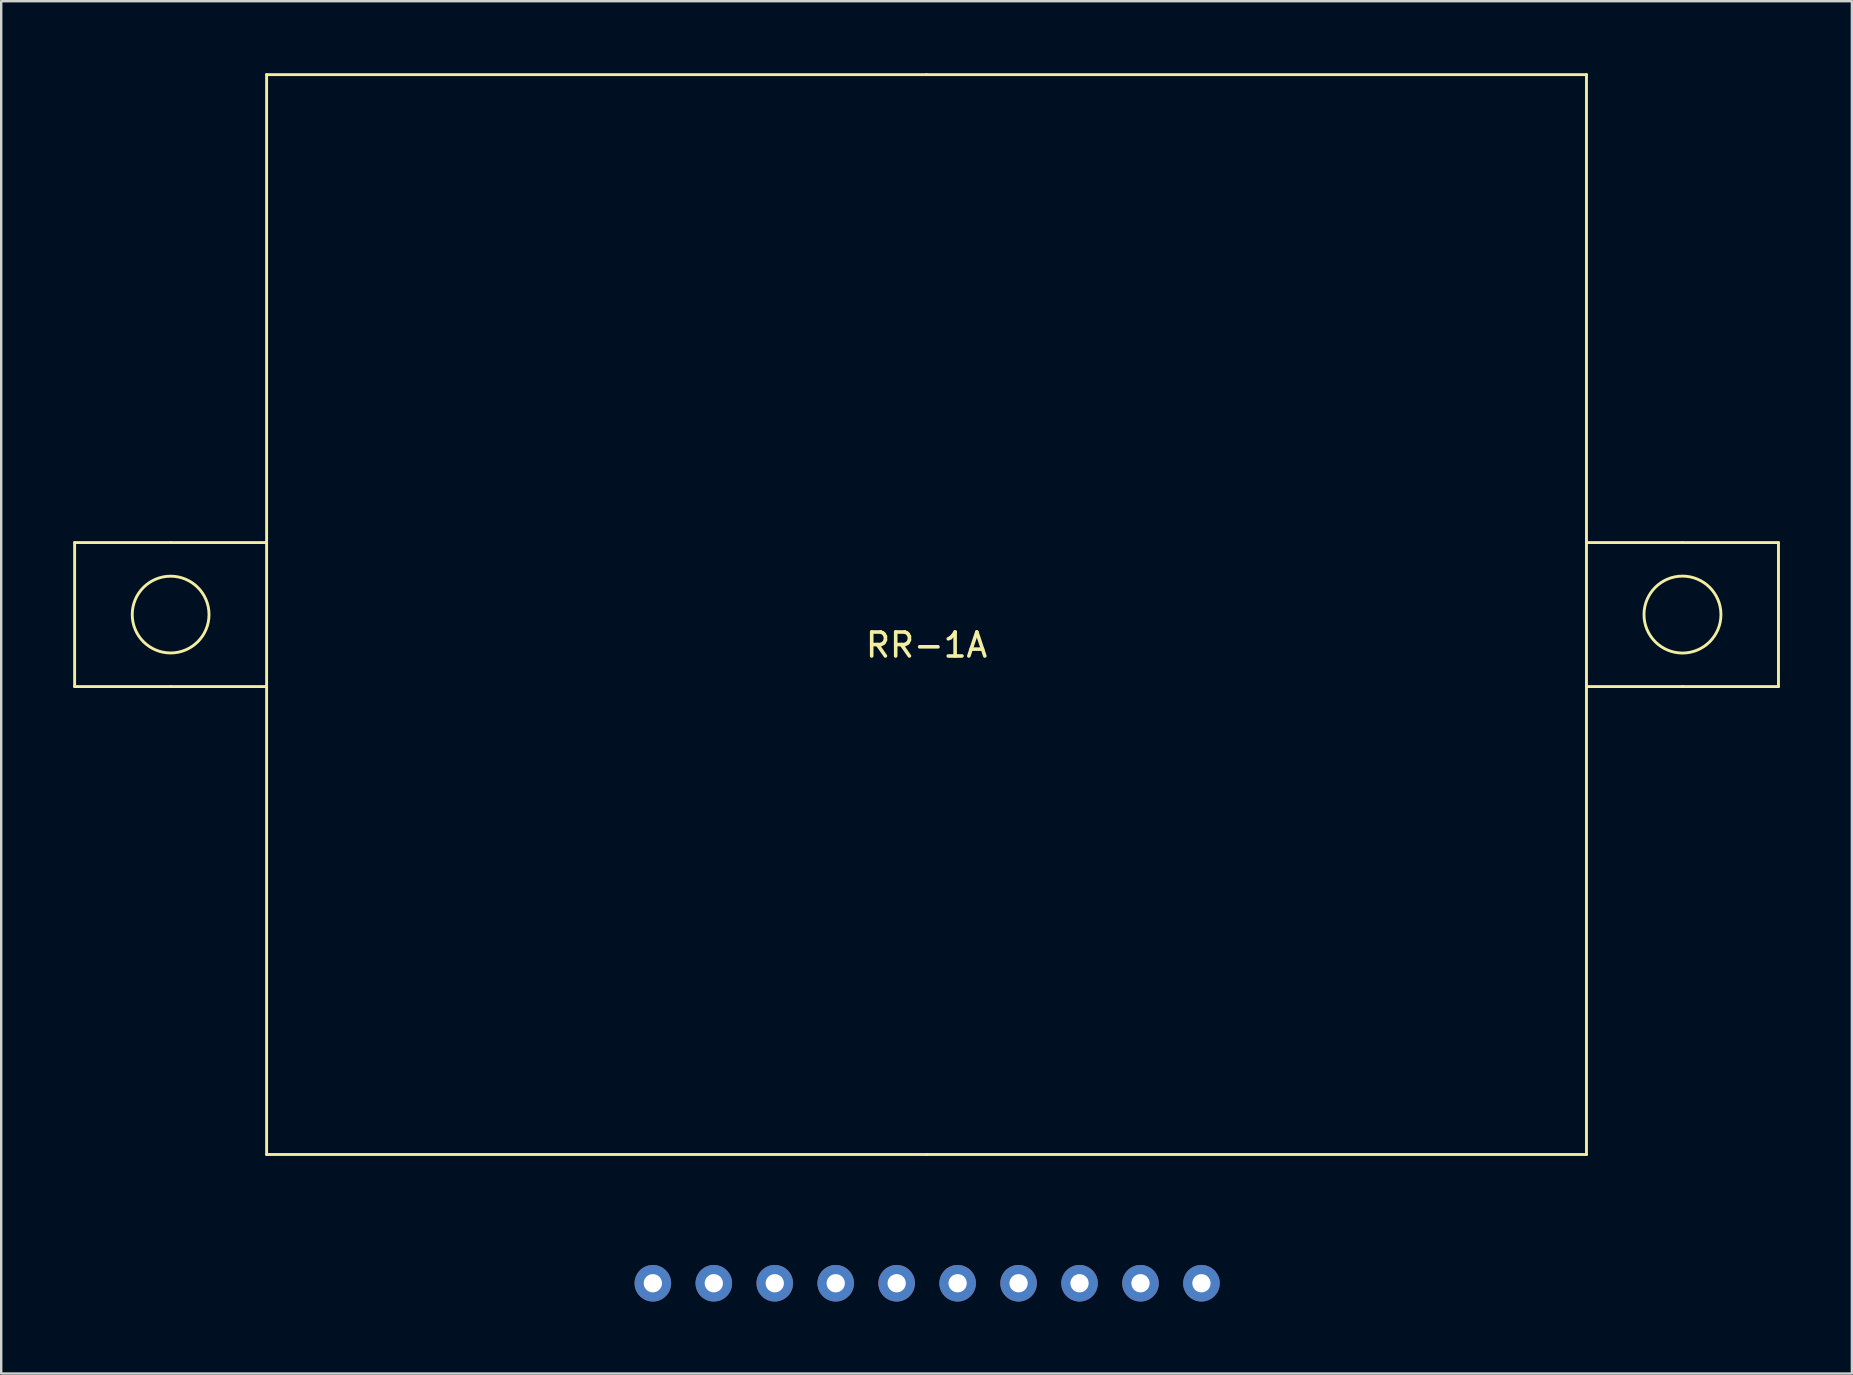
<source format=kicad_pcb>
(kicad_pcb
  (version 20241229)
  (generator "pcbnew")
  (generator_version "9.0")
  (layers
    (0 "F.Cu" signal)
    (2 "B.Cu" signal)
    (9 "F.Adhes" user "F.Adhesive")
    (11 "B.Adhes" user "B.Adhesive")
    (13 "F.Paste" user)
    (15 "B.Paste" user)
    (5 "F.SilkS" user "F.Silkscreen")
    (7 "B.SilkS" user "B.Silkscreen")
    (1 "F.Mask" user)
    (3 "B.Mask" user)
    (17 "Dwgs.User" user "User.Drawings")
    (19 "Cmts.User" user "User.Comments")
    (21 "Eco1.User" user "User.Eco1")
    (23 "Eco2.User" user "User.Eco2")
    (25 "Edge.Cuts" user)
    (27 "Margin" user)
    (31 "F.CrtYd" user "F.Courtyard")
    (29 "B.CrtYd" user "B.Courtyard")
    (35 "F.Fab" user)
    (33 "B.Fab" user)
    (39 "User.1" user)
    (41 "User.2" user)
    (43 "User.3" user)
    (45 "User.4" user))
  (footprint "RR-1A"
    (layer "F.Cu")
    (at 35.56 22.56)
    (property "Reference" "RR-1A" (at 0 1.27 0) (layer "F.SilkS") (effects (font (size 1 1) (thickness 0.15))))
    (attr through_hole)
    (fp_line (start -35.5 -3) (end -31.5 -3) (stroke (width 0.12) (type solid)) (layer "F.SilkS"))
    (fp_line (start -35.5 3) (end -35.5 -3) (stroke (width 0.12) (type solid)) (layer "F.SilkS"))
    (fp_line (start -31.5 -3) (end -27.5 -3) (stroke (width 0.12) (type solid)) (layer "F.SilkS"))
    (fp_line (start -31.5 3) (end -35.5 3) (stroke (width 0.12) (type solid)) (layer "F.SilkS"))
    (fp_line (start -31.5 3) (end -27.5 3) (stroke (width 0.12) (type solid)) (layer "F.SilkS"))
    (fp_line (start -27.5 22.5) (end -27.5 -22.5) (stroke (width 0.12) (type solid)) (layer "F.SilkS"))
    (fp_line (start 0 -22.5) (end -27.5 -22.5) (stroke (width 0.12) (type solid)) (layer "F.SilkS"))
    (fp_line (start 0 -22.5) (end 27.5 -22.5) (stroke (width 0.12) (type solid)) (layer "F.SilkS"))
    (fp_line (start 0 22.5) (end -27.5 22.5) (stroke (width 0.12) (type solid)) (layer "F.SilkS"))
    (fp_line (start 27.5 -22.5) (end 27.5 22.5) (stroke (width 0.12) (type solid)) (layer "F.SilkS"))
    (fp_line (start 27.5 22.5) (end 0 22.5) (stroke (width 0.12) (type solid)) (layer "F.SilkS"))
    (fp_line (start 31.5 -3) (end 27.5 -3) (stroke (width 0.12) (type solid)) (layer "F.SilkS"))
    (fp_line (start 31.5 -3) (end 35.5 -3) (stroke (width 0.12) (type solid)) (layer "F.SilkS"))
    (fp_line (start 31.5 3) (end 27.5 3) (stroke (width 0.12) (type solid)) (layer "F.SilkS"))
    (fp_line (start 35.5 -3) (end 35.5 3) (stroke (width 0.12) (type solid)) (layer "F.SilkS"))
    (fp_line (start 35.5 3) (end 31.5 3) (stroke (width 0.12) (type solid)) (layer "F.SilkS"))
    (fp_circle (center -31.5 0) (end -33.1 0) (stroke (width 0.12) (type solid)) (fill no) (layer "F.SilkS"))
    (fp_circle (center 31.5 0) (end 29.9 -0.1) (stroke (width 0.12) (type solid)) (fill no) (layer "F.SilkS"))
    (pad "1" thru_hole circle (at -11.405 27.864) (size 1.524 1.524) (drill 0.762) (layers "*.Cu" "*.Mask"))
    (pad "2" thru_hole circle (at -8.865 27.864) (size 1.524 1.524) (drill 0.762) (layers "*.Cu" "*.Mask"))
    (pad "3" thru_hole circle (at -6.325 27.864) (size 1.524 1.524) (drill 0.762) (layers "*.Cu" "*.Mask"))
    (pad "4" thru_hole circle (at -3.785 27.864) (size 1.524 1.524) (drill 0.762) (layers "*.Cu" "*.Mask"))
    (pad "5" thru_hole circle (at -1.245 27.864) (size 1.524 1.524) (drill 0.762) (layers "*.Cu" "*.Mask"))
    (pad "6" thru_hole circle (at 1.295 27.864) (size 1.524 1.524) (drill 0.762) (layers "*.Cu" "*.Mask"))
    (pad "7" thru_hole circle (at 3.835 27.864) (size 1.524 1.524) (drill 0.762) (layers "*.Cu" "*.Mask"))
    (pad "8" thru_hole circle (at 6.375 27.864) (size 1.524 1.524) (drill 0.762) (layers "*.Cu" "*.Mask"))
    (pad "9" thru_hole circle (at 8.915 27.864) (size 1.524 1.524) (drill 0.762) (layers "*.Cu" "*.Mask"))
    (pad "10" thru_hole circle (at 11.455 27.864) (size 1.524 1.524) (drill 0.762) (layers "*.Cu" "*.Mask")))
  (gr_rect
    (start -3 -3)
    (end 74.12 54.186)
    (stroke (width 0.1) (type default))
    (fill no)
    (layer "Edge.Cuts")))
</source>
